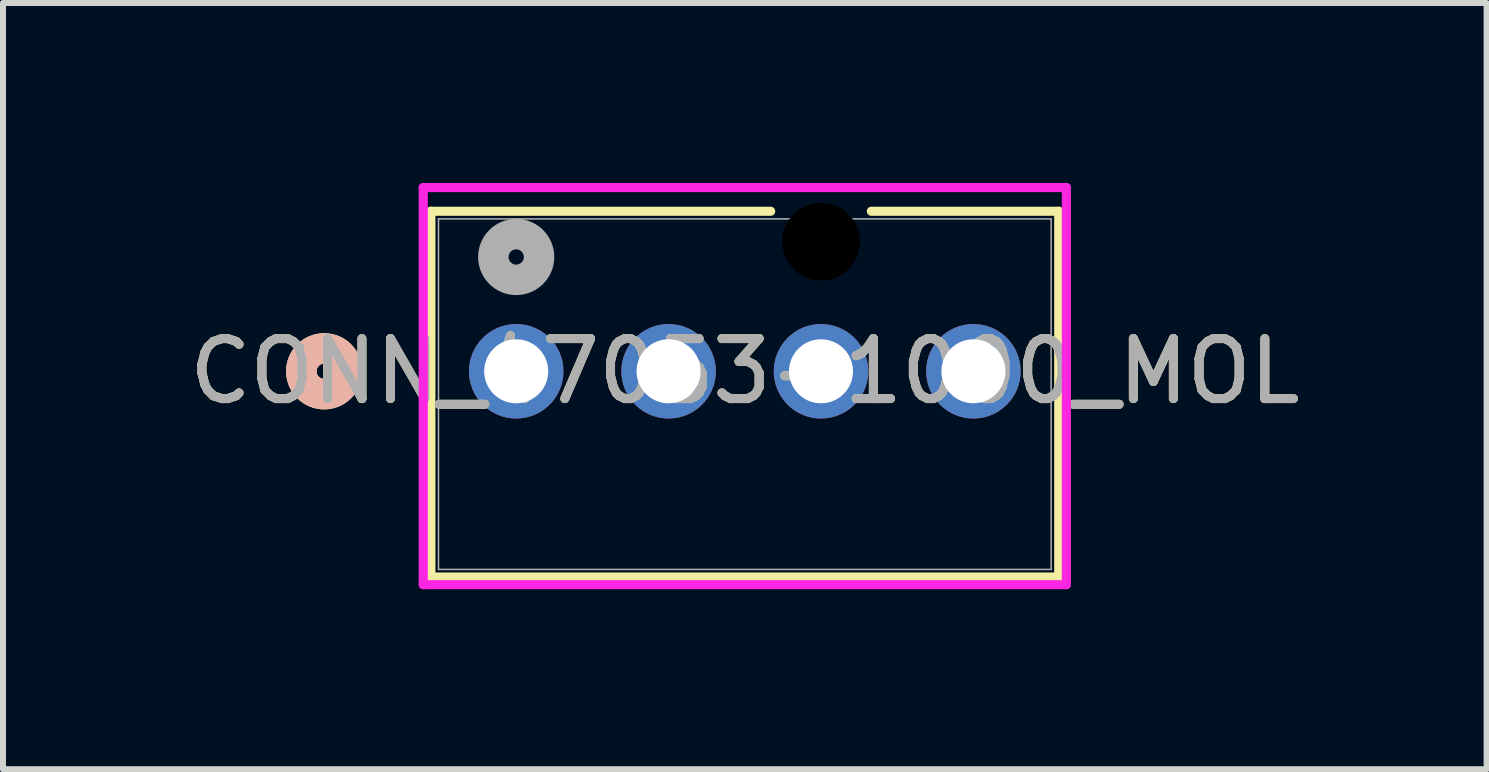
<source format=kicad_pcb>
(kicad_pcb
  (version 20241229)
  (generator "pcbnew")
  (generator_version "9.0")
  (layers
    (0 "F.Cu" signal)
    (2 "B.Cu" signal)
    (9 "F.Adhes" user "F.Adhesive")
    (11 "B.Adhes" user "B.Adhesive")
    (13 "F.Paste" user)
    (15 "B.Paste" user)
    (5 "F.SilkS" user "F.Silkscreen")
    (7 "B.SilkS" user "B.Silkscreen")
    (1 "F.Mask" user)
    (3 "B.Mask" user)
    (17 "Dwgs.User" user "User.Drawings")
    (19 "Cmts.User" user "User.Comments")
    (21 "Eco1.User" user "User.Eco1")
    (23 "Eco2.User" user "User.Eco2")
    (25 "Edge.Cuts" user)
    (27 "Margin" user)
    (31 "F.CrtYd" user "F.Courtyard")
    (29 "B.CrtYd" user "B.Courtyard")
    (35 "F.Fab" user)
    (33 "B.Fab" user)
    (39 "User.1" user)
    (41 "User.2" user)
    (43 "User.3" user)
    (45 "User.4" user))
  (footprint "CONN_47053-1000_MOL"
    (layer "F.Cu")
    (at 5.553 3.138)
    (property "Reference" "CONN_47053-1000_MOL" (at 3.81 0 0) (unlocked yes) (layer "F.SilkS") (effects (font (size 1 1) (thickness 0.15))))
    (attr through_hole)
    (fp_line (start -1.422 -2.667) (end -1.422 3.429) (stroke (width 0.152) (type solid)) (layer "F.SilkS"))
    (fp_line (start -1.422 3.429) (end 9.042 3.429) (stroke (width 0.152) (type solid)) (layer "F.SilkS"))
    (fp_line (start 4.241 -2.667) (end -1.422 -2.667) (stroke (width 0.152) (type solid)) (layer "F.SilkS"))
    (fp_line (start 9.042 -2.667) (end 5.919 -2.667) (stroke (width 0.152) (type solid)) (layer "F.SilkS"))
    (fp_line (start 9.042 3.429) (end 9.042 -2.667) (stroke (width 0.152) (type solid)) (layer "F.SilkS"))
    (fp_circle (center -3.2 0) (end -2.819 0) (stroke (width 0.508) (type solid)) (fill no) (layer "F.SilkS"))
    (fp_circle (center -3.2 0) (end -2.819 0) (stroke (width 0.508) (type solid)) (fill no) (layer "B.SilkS"))
    (fp_line (start -1.549 -3.062) (end -1.549 3.556) (stroke (width 0.152) (type solid)) (layer "F.CrtYd"))
    (fp_line (start -1.549 3.556) (end 9.169 3.556) (stroke (width 0.152) (type solid)) (layer "F.CrtYd"))
    (fp_line (start 9.169 -3.062) (end -1.549 -3.062) (stroke (width 0.152) (type solid)) (layer "F.CrtYd"))
    (fp_line (start 9.169 3.556) (end 9.169 -3.062) (stroke (width 0.152) (type solid)) (layer "F.CrtYd"))
    (fp_line (start -1.295 -2.54) (end -1.295 3.302) (stroke (width 0.025) (type solid)) (layer "F.Fab"))
    (fp_line (start -1.295 3.302) (end 8.915 3.302) (stroke (width 0.025) (type solid)) (layer "F.Fab"))
    (fp_line (start 8.915 -2.54) (end -1.295 -2.54) (stroke (width 0.025) (type solid)) (layer "F.Fab"))
    (fp_line (start 8.915 3.302) (end 8.915 -2.54) (stroke (width 0.025) (type solid)) (layer "F.Fab"))
    (fp_circle (center 0 -1.905) (end 0.381 -1.905) (stroke (width 0.508) (type solid)) (fill no) (layer "F.Fab"))
    (fp_text user "${REFERENCE}" (at 3.81 0 0) (unlocked yes) (layer "F.Fab") (effects (font (size 1 1) (thickness 0.15))))
    (pad "" np_thru_hole circle (at 5.08 -2.16 90) (size 1.295 1.295) (drill 1.295) (layers))
    (pad "1" thru_hole circle (at 0 0) (size 1.575 1.575) (drill 1.067) (layers "*.Cu" "*.Mask"))
    (pad "2" thru_hole circle (at 2.54 0) (size 1.575 1.575) (drill 1.067) (layers "*.Cu" "*.Mask"))
    (pad "3" thru_hole circle (at 5.08 0) (size 1.575 1.575) (drill 1.067) (layers "*.Cu" "*.Mask"))
    (pad "4" thru_hole circle (at 7.62 0) (size 1.575 1.575) (drill 1.067) (layers "*.Cu" "*.Mask")))
  (gr_rect
    (start -3 -3)
    (end 21.726 9.77)
    (stroke (width 0.1) (type default))
    (fill no)
    (layer "Edge.Cuts")))
</source>
